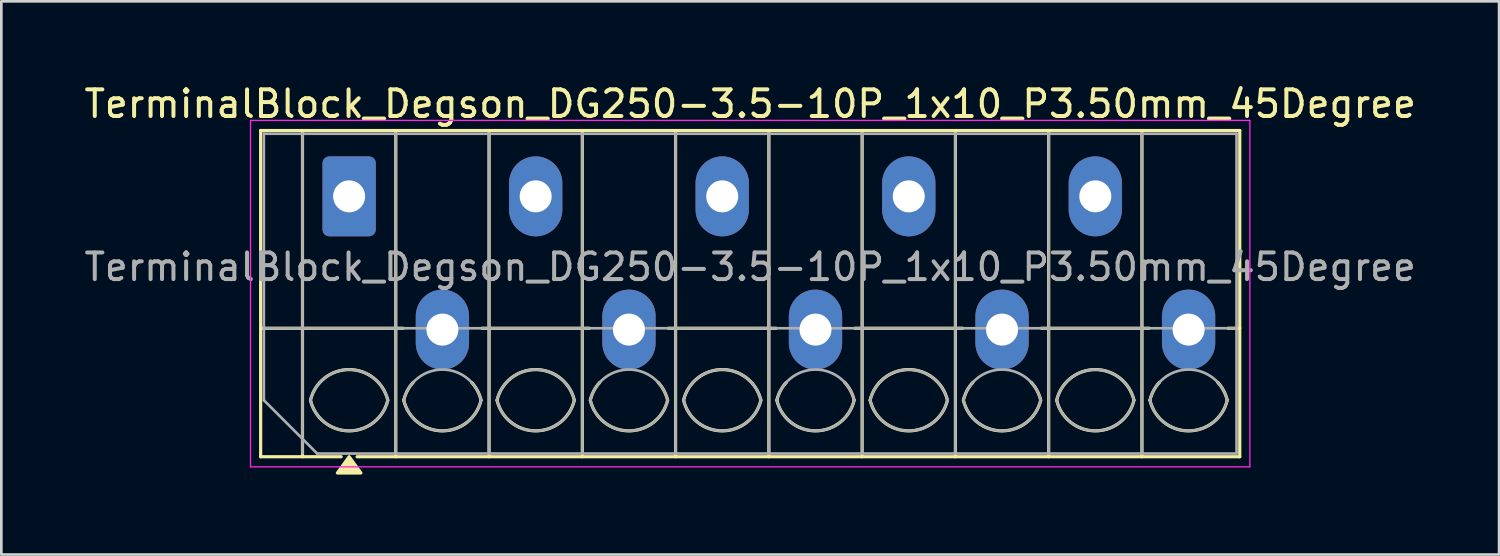
<source format=kicad_pcb>
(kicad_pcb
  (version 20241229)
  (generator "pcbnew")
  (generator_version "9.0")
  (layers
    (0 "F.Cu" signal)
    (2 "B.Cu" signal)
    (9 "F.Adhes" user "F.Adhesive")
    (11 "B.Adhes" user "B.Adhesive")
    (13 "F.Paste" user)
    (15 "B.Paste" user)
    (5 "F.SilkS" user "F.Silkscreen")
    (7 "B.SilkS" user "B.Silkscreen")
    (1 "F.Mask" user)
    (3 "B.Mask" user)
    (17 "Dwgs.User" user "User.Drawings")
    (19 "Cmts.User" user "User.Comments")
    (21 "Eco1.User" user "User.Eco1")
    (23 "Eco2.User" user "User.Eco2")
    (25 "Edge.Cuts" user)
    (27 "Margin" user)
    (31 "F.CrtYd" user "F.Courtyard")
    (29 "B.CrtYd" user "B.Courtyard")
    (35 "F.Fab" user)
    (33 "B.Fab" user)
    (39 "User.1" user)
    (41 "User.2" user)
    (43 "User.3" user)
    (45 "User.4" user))
  (footprint "TerminalBlock_Degson_DG250-3.5-10P_1x10_P3.50mm_45Degree"
    (layer "F.Cu")
    (at 10.051 4.318)
    (property "Reference" "TerminalBlock_Degson_DG250-3.5-10P_1x10_P3.50mm_45Degree" (at 15.05 -3.47 0) (layer "F.SilkS") (effects (font (size 1 1) (thickness 0.15))))
    (attr through_hole)
    (fp_line (start -3.32 -2.47) (end 33.42 -2.47) (stroke (width 0.12) (type solid)) (layer "F.SilkS"))
    (fp_line (start -3.32 4.95) (end 2.02 4.95) (stroke (width 0.12) (type solid)) (layer "F.SilkS"))
    (fp_line (start -3.32 9.77) (end -3.32 -2.47) (stroke (width 0.12) (type solid)) (layer "F.SilkS"))
    (fp_line (start -1.75 -2.47) (end -1.75 9.77) (stroke (width 0.12) (type solid)) (layer "F.SilkS"))
    (fp_line (start -0.3 9.77) (end -3.32 9.77) (stroke (width 0.12) (type solid)) (layer "F.SilkS"))
    (fp_line (start 1.75 -2.47) (end 1.75 9.77) (stroke (width 0.12) (type solid)) (layer "F.SilkS"))
    (fp_line (start 4.98 4.95) (end 9.02 4.95) (stroke (width 0.12) (type solid)) (layer "F.SilkS"))
    (fp_line (start 5.25 -2.47) (end 5.25 9.77) (stroke (width 0.12) (type solid)) (layer "F.SilkS"))
    (fp_line (start 8.75 -2.47) (end 8.75 9.77) (stroke (width 0.12) (type solid)) (layer "F.SilkS"))
    (fp_line (start 11.98 4.95) (end 16.02 4.95) (stroke (width 0.12) (type solid)) (layer "F.SilkS"))
    (fp_line (start 12.25 -2.47) (end 12.25 9.77) (stroke (width 0.12) (type solid)) (layer "F.SilkS"))
    (fp_line (start 15.75 -2.47) (end 15.75 9.77) (stroke (width 0.12) (type solid)) (layer "F.SilkS"))
    (fp_line (start 18.98 4.95) (end 23.02 4.95) (stroke (width 0.12) (type solid)) (layer "F.SilkS"))
    (fp_line (start 19.25 -2.47) (end 19.25 9.77) (stroke (width 0.12) (type solid)) (layer "F.SilkS"))
    (fp_line (start 22.75 -2.47) (end 22.75 9.77) (stroke (width 0.12) (type solid)) (layer "F.SilkS"))
    (fp_line (start 25.98 4.95) (end 30.02 4.95) (stroke (width 0.12) (type solid)) (layer "F.SilkS"))
    (fp_line (start 26.25 -2.47) (end 26.25 9.77) (stroke (width 0.12) (type solid)) (layer "F.SilkS"))
    (fp_line (start 29.75 -2.47) (end 29.75 9.77) (stroke (width 0.12) (type solid)) (layer "F.SilkS"))
    (fp_line (start 32.98 4.95) (end 33.42 4.95) (stroke (width 0.12) (type solid)) (layer "F.SilkS"))
    (fp_line (start 33.42 -2.47) (end 33.42 9.77) (stroke (width 0.12) (type solid)) (layer "F.SilkS"))
    (fp_line (start 33.42 9.77) (end 0.3 9.77) (stroke (width 0.12) (type solid)) (layer "F.SilkS"))
    (fp_arc (start -1.45 7.65) (mid 0 6.5) (end 1.45 7.65) (stroke (width 0.12) (type solid)) (layer "F.SilkS"))
    (fp_arc (start 1.45 7.65) (mid 0 8.8) (end -1.45 7.65) (stroke (width 0.12) (type solid)) (layer "F.SilkS"))
    (fp_arc (start 2.05 7.65) (mid 2.18402 7.291962) (end 2.405 6.98) (stroke (width 0.12) (type solid)) (layer "F.SilkS"))
    (fp_arc (start 4.595 6.98) (mid 4.81598 7.291962) (end 4.95 7.65) (stroke (width 0.12) (type solid)) (layer "F.SilkS"))
    (fp_arc (start 4.95 7.65) (mid 3.5 8.8) (end 2.05 7.65) (stroke (width 0.12) (type solid)) (layer "F.SilkS"))
    (fp_arc (start 5.55 7.65) (mid 7 6.5) (end 8.45 7.65) (stroke (width 0.12) (type solid)) (layer "F.SilkS"))
    (fp_arc (start 8.45 7.65) (mid 7 8.8) (end 5.55 7.65) (stroke (width 0.12) (type solid)) (layer "F.SilkS"))
    (fp_arc (start 9.05 7.65) (mid 9.18402 7.291962) (end 9.405 6.98) (stroke (width 0.12) (type solid)) (layer "F.SilkS"))
    (fp_arc (start 11.595 6.98) (mid 11.81598 7.291962) (end 11.95 7.65) (stroke (width 0.12) (type solid)) (layer "F.SilkS"))
    (fp_arc (start 11.95 7.65) (mid 10.5 8.8) (end 9.05 7.65) (stroke (width 0.12) (type solid)) (layer "F.SilkS"))
    (fp_arc (start 12.55 7.65) (mid 14 6.5) (end 15.45 7.65) (stroke (width 0.12) (type solid)) (layer "F.SilkS"))
    (fp_arc (start 15.45 7.65) (mid 14 8.8) (end 12.55 7.65) (stroke (width 0.12) (type solid)) (layer "F.SilkS"))
    (fp_arc (start 16.05 7.65) (mid 16.18402 7.291962) (end 16.405 6.98) (stroke (width 0.12) (type solid)) (layer "F.SilkS"))
    (fp_arc (start 18.595 6.98) (mid 18.81598 7.291962) (end 18.95 7.65) (stroke (width 0.12) (type solid)) (layer "F.SilkS"))
    (fp_arc (start 18.95 7.65) (mid 17.5 8.8) (end 16.05 7.65) (stroke (width 0.12) (type solid)) (layer "F.SilkS"))
    (fp_arc (start 19.55 7.65) (mid 21 6.5) (end 22.45 7.65) (stroke (width 0.12) (type solid)) (layer "F.SilkS"))
    (fp_arc (start 22.45 7.65) (mid 21 8.8) (end 19.55 7.65) (stroke (width 0.12) (type solid)) (layer "F.SilkS"))
    (fp_arc (start 23.05 7.65) (mid 23.18402 7.291962) (end 23.405 6.98) (stroke (width 0.12) (type solid)) (layer "F.SilkS"))
    (fp_arc (start 25.595 6.98) (mid 25.81598 7.291962) (end 25.95 7.65) (stroke (width 0.12) (type solid)) (layer "F.SilkS"))
    (fp_arc (start 25.95 7.65) (mid 24.5 8.8) (end 23.05 7.65) (stroke (width 0.12) (type solid)) (layer "F.SilkS"))
    (fp_arc (start 26.55 7.65) (mid 28 6.5) (end 29.45 7.65) (stroke (width 0.12) (type solid)) (layer "F.SilkS"))
    (fp_arc (start 29.45 7.65) (mid 28 8.8) (end 26.55 7.65) (stroke (width 0.12) (type solid)) (layer "F.SilkS"))
    (fp_arc (start 30.05 7.65) (mid 30.18402 7.291962) (end 30.405 6.98) (stroke (width 0.12) (type solid)) (layer "F.SilkS"))
    (fp_arc (start 32.595 6.98) (mid 32.81598 7.291962) (end 32.95 7.65) (stroke (width 0.12) (type solid)) (layer "F.SilkS"))
    (fp_arc (start 32.95 7.65) (mid 31.5 8.8) (end 30.05 7.65) (stroke (width 0.12) (type solid)) (layer "F.SilkS"))
    (fp_poly (pts (xy 0 9.77) (xy 0.44 10.38) (xy -0.44 10.38)) (stroke (width 0.12) (type solid)) (fill yes) (layer "F.SilkS"))
    (fp_line (start -3.7 -2.85) (end -3.7 10.15) (stroke (width 0.05) (type solid)) (layer "F.CrtYd"))
    (fp_line (start -3.7 10.15) (end 33.8 10.15) (stroke (width 0.05) (type solid)) (layer "F.CrtYd"))
    (fp_line (start 33.8 -2.85) (end -3.7 -2.85) (stroke (width 0.05) (type solid)) (layer "F.CrtYd"))
    (fp_line (start 33.8 10.15) (end 33.8 -2.85) (stroke (width 0.05) (type solid)) (layer "F.CrtYd"))
    (fp_line (start -3.2 -2.35) (end 33.3 -2.35) (stroke (width 0.1) (type solid)) (layer "F.Fab"))
    (fp_line (start -3.2 4.95) (end 33.3 4.95) (stroke (width 0.1) (type solid)) (layer "F.Fab"))
    (fp_line (start -3.2 7.65) (end -3.2 -2.35) (stroke (width 0.1) (type solid)) (layer "F.Fab"))
    (fp_line (start -1.75 -2.35) (end -1.75 9.65) (stroke (width 0.1) (type solid)) (layer "F.Fab"))
    (fp_line (start -1.2 9.65) (end -3.2 7.65) (stroke (width 0.1) (type solid)) (layer "F.Fab"))
    (fp_line (start 1.75 -2.35) (end 1.75 9.65) (stroke (width 0.1) (type solid)) (layer "F.Fab"))
    (fp_line (start 5.25 -2.35) (end 5.25 9.65) (stroke (width 0.1) (type solid)) (layer "F.Fab"))
    (fp_line (start 8.75 -2.35) (end 8.75 9.65) (stroke (width 0.1) (type solid)) (layer "F.Fab"))
    (fp_line (start 12.25 -2.35) (end 12.25 9.65) (stroke (width 0.1) (type solid)) (layer "F.Fab"))
    (fp_line (start 15.75 -2.35) (end 15.75 9.65) (stroke (width 0.1) (type solid)) (layer "F.Fab"))
    (fp_line (start 19.25 -2.35) (end 19.25 9.65) (stroke (width 0.1) (type solid)) (layer "F.Fab"))
    (fp_line (start 22.75 -2.35) (end 22.75 9.65) (stroke (width 0.1) (type solid)) (layer "F.Fab"))
    (fp_line (start 26.25 -2.35) (end 26.25 9.65) (stroke (width 0.1) (type solid)) (layer "F.Fab"))
    (fp_line (start 29.75 -2.35) (end 29.75 9.65) (stroke (width 0.1) (type solid)) (layer "F.Fab"))
    (fp_line (start 33.3 -2.35) (end 33.3 9.65) (stroke (width 0.1) (type solid)) (layer "F.Fab"))
    (fp_line (start 33.3 9.65) (end -1.2 9.65) (stroke (width 0.1) (type solid)) (layer "F.Fab"))
    (fp_arc (start -1.45 7.65) (mid 0 6.5) (end 1.45 7.65) (stroke (width 0.1) (type solid)) (layer "F.Fab"))
    (fp_arc (start 1.45 7.65) (mid 0 8.8) (end -1.45 7.65) (stroke (width 0.1) (type solid)) (layer "F.Fab"))
    (fp_arc (start 2.05 7.65) (mid 3.5 6.5) (end 4.95 7.65) (stroke (width 0.1) (type solid)) (layer "F.Fab"))
    (fp_arc (start 4.95 7.65) (mid 3.5 8.8) (end 2.05 7.65) (stroke (width 0.1) (type solid)) (layer "F.Fab"))
    (fp_arc (start 5.55 7.65) (mid 7 6.5) (end 8.45 7.65) (stroke (width 0.1) (type solid)) (layer "F.Fab"))
    (fp_arc (start 8.45 7.65) (mid 7 8.8) (end 5.55 7.65) (stroke (width 0.1) (type solid)) (layer "F.Fab"))
    (fp_arc (start 9.05 7.65) (mid 10.5 6.5) (end 11.95 7.65) (stroke (width 0.1) (type solid)) (layer "F.Fab"))
    (fp_arc (start 11.95 7.65) (mid 10.5 8.8) (end 9.05 7.65) (stroke (width 0.1) (type solid)) (layer "F.Fab"))
    (fp_arc (start 12.55 7.65) (mid 14 6.5) (end 15.45 7.65) (stroke (width 0.1) (type solid)) (layer "F.Fab"))
    (fp_arc (start 15.45 7.65) (mid 14 8.8) (end 12.55 7.65) (stroke (width 0.1) (type solid)) (layer "F.Fab"))
    (fp_arc (start 16.05 7.65) (mid 17.5 6.5) (end 18.95 7.65) (stroke (width 0.1) (type solid)) (layer "F.Fab"))
    (fp_arc (start 18.95 7.65) (mid 17.5 8.8) (end 16.05 7.65) (stroke (width 0.1) (type solid)) (layer "F.Fab"))
    (fp_arc (start 19.55 7.65) (mid 21 6.5) (end 22.45 7.65) (stroke (width 0.1) (type solid)) (layer "F.Fab"))
    (fp_arc (start 22.45 7.65) (mid 21 8.8) (end 19.55 7.65) (stroke (width 0.1) (type solid)) (layer "F.Fab"))
    (fp_arc (start 23.05 7.65) (mid 24.5 6.5) (end 25.95 7.65) (stroke (width 0.1) (type solid)) (layer "F.Fab"))
    (fp_arc (start 25.95 7.65) (mid 24.5 8.8) (end 23.05 7.65) (stroke (width 0.1) (type solid)) (layer "F.Fab"))
    (fp_arc (start 26.55 7.65) (mid 28 6.5) (end 29.45 7.65) (stroke (width 0.1) (type solid)) (layer "F.Fab"))
    (fp_arc (start 29.45 7.65) (mid 28 8.8) (end 26.55 7.65) (stroke (width 0.1) (type solid)) (layer "F.Fab"))
    (fp_arc (start 30.05 7.65) (mid 31.5 6.5) (end 32.95 7.65) (stroke (width 0.1) (type solid)) (layer "F.Fab"))
    (fp_arc (start 32.95 7.65) (mid 31.5 8.8) (end 30.05 7.65) (stroke (width 0.1) (type solid)) (layer "F.Fab"))
    (fp_text user "${REFERENCE}" (at 15.05 2.65 0) (layer "F.Fab") (effects (font (size 1 1) (thickness 0.15))))
    (pad "1" thru_hole roundrect (at 0 0) (size 2 3) (drill 1.2) (layers "*.Cu" "*.Mask") (roundrect_rratio 0.125))
    (pad "2" thru_hole oval (at 3.5 5) (size 2 3) (drill 1.2) (layers "*.Cu" "*.Mask"))
    (pad "3" thru_hole oval (at 7 0) (size 2 3) (drill 1.2) (layers "*.Cu" "*.Mask"))
    (pad "4" thru_hole oval (at 10.5 5) (size 2 3) (drill 1.2) (layers "*.Cu" "*.Mask"))
    (pad "5" thru_hole oval (at 14 0) (size 2 3) (drill 1.2) (layers "*.Cu" "*.Mask"))
    (pad "6" thru_hole oval (at 17.5 5) (size 2 3) (drill 1.2) (layers "*.Cu" "*.Mask"))
    (pad "7" thru_hole oval (at 21 0) (size 2 3) (drill 1.2) (layers "*.Cu" "*.Mask"))
    (pad "8" thru_hole oval (at 24.5 5) (size 2 3) (drill 1.2) (layers "*.Cu" "*.Mask"))
    (pad "9" thru_hole oval (at 28 0) (size 2 3) (drill 1.2) (layers "*.Cu" "*.Mask"))
    (pad "10" thru_hole oval (at 31.5 5) (size 2 3) (drill 1.2) (layers "*.Cu" "*.Mask")))
  (gr_rect
    (start -3 -3)
    (end 53.202 17.758)
    (stroke (width 0.1) (type default))
    (fill no)
    (layer "Edge.Cuts")))
</source>
